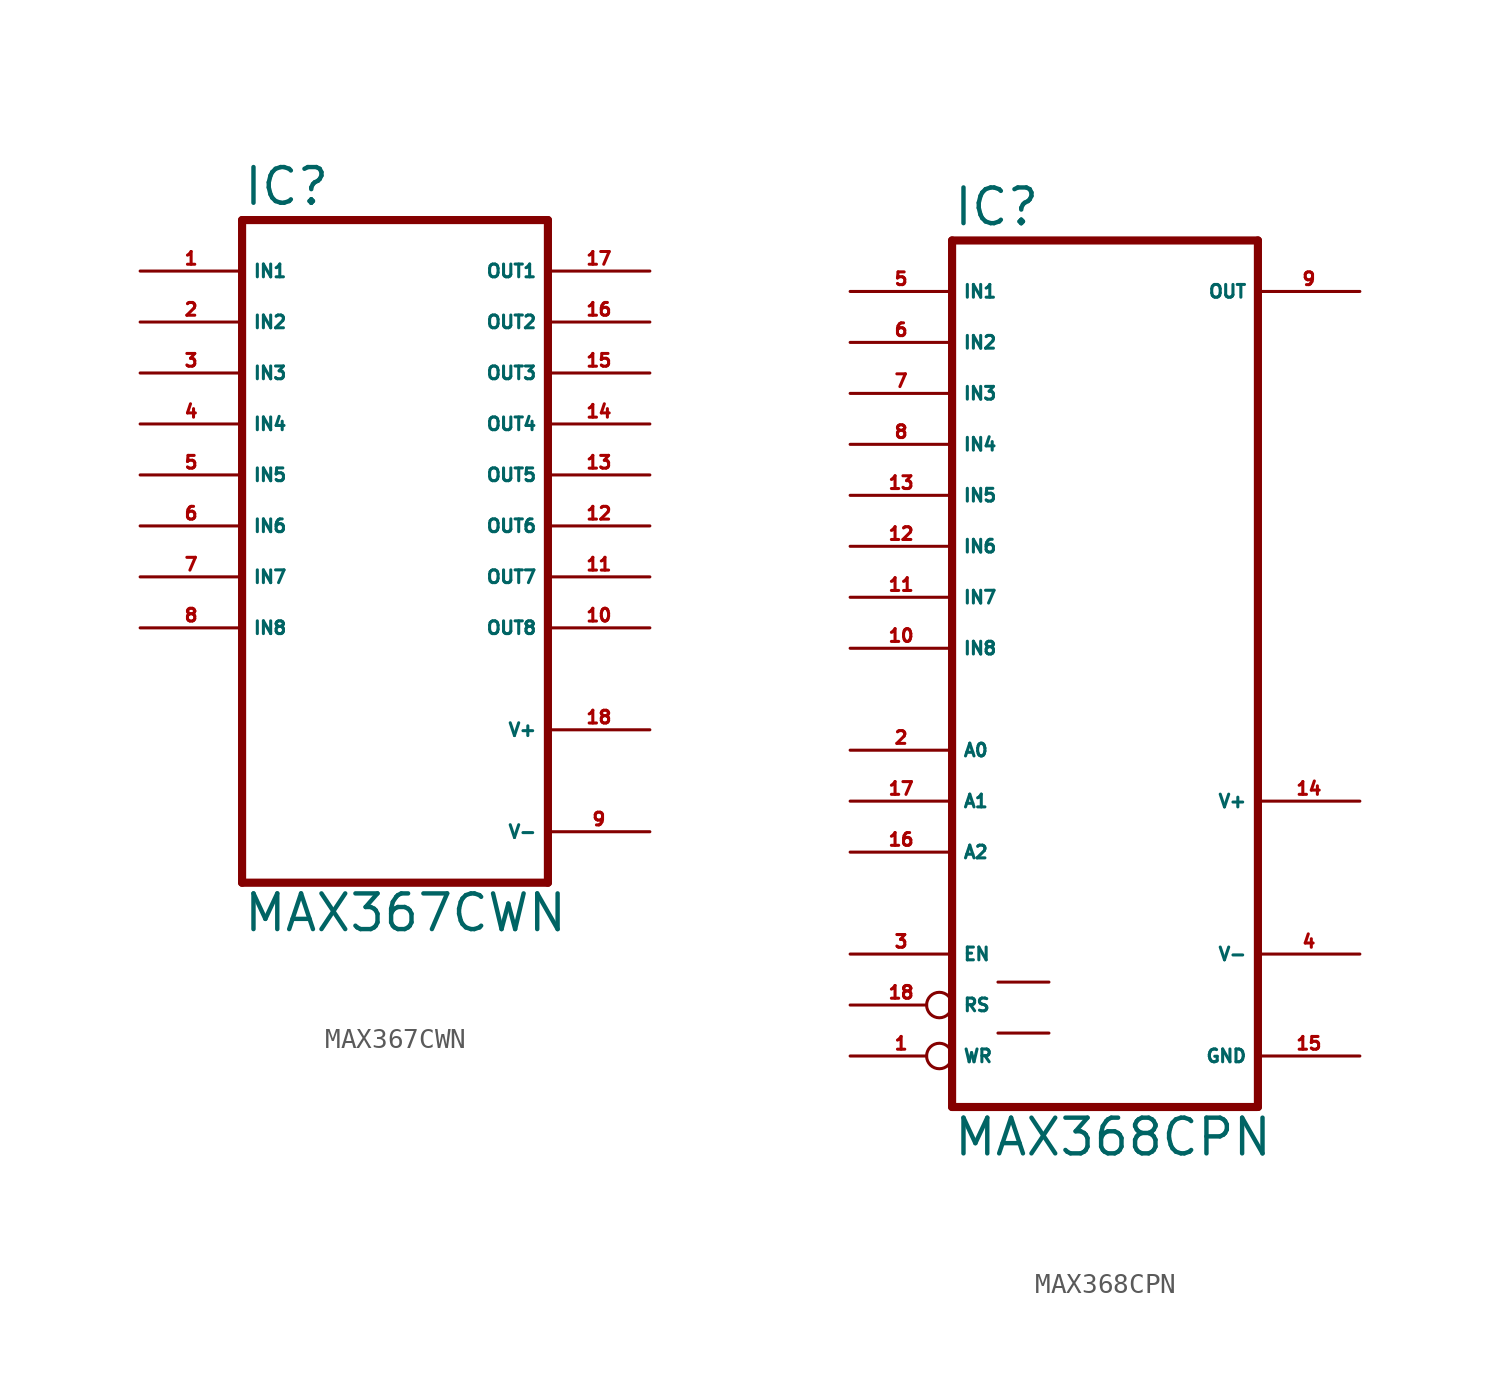
<source format=kicad_sym>
(kicad_symbol_lib
  (version 20220914)
  (generator Eagle2Kicad)
  (symbol "MAX367CWN"
    (property "Reference" "IC"
      (at -7.62 15.875 0)
      (effects (font (size 1.778 1.778) (thickness 0.22)) (justify left bottom)))
    (property "Value" "MAX367CWN"
      (at -7.62 -20.32 0)
      (effects (font (size 1.778 1.778) (thickness 0.22)) (justify left bottom)))
    (polyline
      (pts (xy 7.62 -17.78) (xy -7.62 -17.78))
      (stroke (width 0.406) (type default))
      (fill (type none)))
    (polyline
      (pts (xy -7.62 -17.78) (xy -7.62 15.24))
      (stroke (width 0.406) (type default))
      (fill (type none)))
    (polyline
      (pts (xy -7.62 15.24) (xy 7.62 15.24))
      (stroke (width 0.406) (type default))
      (fill (type none)))
    (polyline
      (pts (xy 7.62 15.24) (xy 7.62 -17.78))
      (stroke (width 0.406) (type default))
      (fill (type none)))
    (pin passive line
      (at -12.7 12.7 0)
      (length 5.08)
      (name "IN1" (effects (font (size 0.635 0.635) (thickness 0.08)) (justify left bottom)))
      (number "1" (effects (font (size 0.635 0.635) (thickness 0.08)) (justify left bottom))))
    (pin passive line
      (at -12.7 10.16 0)
      (length 5.08)
      (name "IN2" (effects (font (size 0.635 0.635) (thickness 0.08)) (justify left bottom)))
      (number "2" (effects (font (size 0.635 0.635) (thickness 0.08)) (justify left bottom))))
    (pin passive line
      (at -12.7 7.62 0)
      (length 5.08)
      (name "IN3" (effects (font (size 0.635 0.635) (thickness 0.08)) (justify left bottom)))
      (number "3" (effects (font (size 0.635 0.635) (thickness 0.08)) (justify left bottom))))
    (pin passive line
      (at -12.7 5.08 0)
      (length 5.08)
      (name "IN4" (effects (font (size 0.635 0.635) (thickness 0.08)) (justify left bottom)))
      (number "4" (effects (font (size 0.635 0.635) (thickness 0.08)) (justify left bottom))))
    (pin passive line
      (at -12.7 2.54 0)
      (length 5.08)
      (name "IN5" (effects (font (size 0.635 0.635) (thickness 0.08)) (justify left bottom)))
      (number "5" (effects (font (size 0.635 0.635) (thickness 0.08)) (justify left bottom))))
    (pin passive line
      (at -12.7 0 0)
      (length 5.08)
      (name "IN6" (effects (font (size 0.635 0.635) (thickness 0.08)) (justify left bottom)))
      (number "6" (effects (font (size 0.635 0.635) (thickness 0.08)) (justify left bottom))))
    (pin passive line
      (at -12.7 -2.54 0)
      (length 5.08)
      (name "IN7" (effects (font (size 0.635 0.635) (thickness 0.08)) (justify left bottom)))
      (number "7" (effects (font (size 0.635 0.635) (thickness 0.08)) (justify left bottom))))
    (pin passive line
      (at -12.7 -5.08 0)
      (length 5.08)
      (name "IN8" (effects (font (size 0.635 0.635) (thickness 0.08)) (justify left bottom)))
      (number "8" (effects (font (size 0.635 0.635) (thickness 0.08)) (justify left bottom))))
    (pin passive line
      (at 12.7 12.7 180)
      (length 5.08)
      (name "OUT1" (effects (font (size 0.635 0.635) (thickness 0.08)) (justify left bottom)))
      (number "17" (effects (font (size 0.635 0.635) (thickness 0.08)) (justify left bottom))))
    (pin passive line
      (at 12.7 10.16 180)
      (length 5.08)
      (name "OUT2" (effects (font (size 0.635 0.635) (thickness 0.08)) (justify left bottom)))
      (number "16" (effects (font (size 0.635 0.635) (thickness 0.08)) (justify left bottom))))
    (pin passive line
      (at 12.7 7.62 180)
      (length 5.08)
      (name "OUT3" (effects (font (size 0.635 0.635) (thickness 0.08)) (justify left bottom)))
      (number "15" (effects (font (size 0.635 0.635) (thickness 0.08)) (justify left bottom))))
    (pin passive line
      (at 12.7 5.08 180)
      (length 5.08)
      (name "OUT4" (effects (font (size 0.635 0.635) (thickness 0.08)) (justify left bottom)))
      (number "14" (effects (font (size 0.635 0.635) (thickness 0.08)) (justify left bottom))))
    (pin passive line
      (at 12.7 2.54 180)
      (length 5.08)
      (name "OUT5" (effects (font (size 0.635 0.635) (thickness 0.08)) (justify left bottom)))
      (number "13" (effects (font (size 0.635 0.635) (thickness 0.08)) (justify left bottom))))
    (pin passive line
      (at 12.7 0 180)
      (length 5.08)
      (name "OUT6" (effects (font (size 0.635 0.635) (thickness 0.08)) (justify left bottom)))
      (number "12" (effects (font (size 0.635 0.635) (thickness 0.08)) (justify left bottom))))
    (pin passive line
      (at 12.7 -2.54 180)
      (length 5.08)
      (name "OUT7" (effects (font (size 0.635 0.635) (thickness 0.08)) (justify left bottom)))
      (number "11" (effects (font (size 0.635 0.635) (thickness 0.08)) (justify left bottom))))
    (pin passive line
      (at 12.7 -5.08 180)
      (length 5.08)
      (name "OUT8" (effects (font (size 0.635 0.635) (thickness 0.08)) (justify left bottom)))
      (number "10" (effects (font (size 0.635 0.635) (thickness 0.08)) (justify left bottom))))
    (pin unspecified line
      (at 12.7 -10.16 180)
      (length 5.08)
      (name "V+" (effects (font (size 0.635 0.635) (thickness 0.08)) (justify left bottom)))
      (number "18" (effects (font (size 0.635 0.635) (thickness 0.08)) (justify left bottom))))
    (pin unspecified line
      (at 12.7 -15.24 180)
      (length 5.08)
      (name "V-" (effects (font (size 0.635 0.635) (thickness 0.08)) (justify left bottom)))
      (number "9" (effects (font (size 0.635 0.635) (thickness 0.08)) (justify left bottom)))))
  (symbol "MAX368CPN"
    (property "Reference" "IC"
      (at -7.62 20.955 0)
      (effects (font (size 1.778 1.778) (thickness 0.22)) (justify left bottom)))
    (property "Value" "MAX368CPN"
      (at -7.62 -25.4 0)
      (effects (font (size 1.778 1.778) (thickness 0.22)) (justify left bottom)))
    (polyline
      (pts (xy 7.62 -22.86) (xy -7.62 -22.86))
      (stroke (width 0.406) (type default))
      (fill (type none)))
    (polyline
      (pts (xy -7.62 20.32) (xy -7.62 -22.86))
      (stroke (width 0.406) (type default))
      (fill (type none)))
    (polyline
      (pts (xy -7.62 20.32) (xy 7.62 20.32))
      (stroke (width 0.406) (type default))
      (fill (type none)))
    (polyline
      (pts (xy 7.62 -22.86) (xy 7.62 20.32))
      (stroke (width 0.406) (type default))
      (fill (type none)))
    (polyline
      (pts (xy -5.334 -19.177) (xy -2.794 -19.177))
      (stroke (width 0.152) (type default))
      (fill (type none)))
    (polyline
      (pts (xy -5.334 -16.637) (xy -2.794 -16.637))
      (stroke (width 0.152) (type default))
      (fill (type none)))
    (pin passive line
      (at -12.7 7.62 0)
      (length 5.08)
      (name "IN5" (effects (font (size 0.635 0.635) (thickness 0.08)) (justify left bottom)))
      (number "13" (effects (font (size 0.635 0.635) (thickness 0.08)) (justify left bottom))))
    (pin passive line
      (at -12.7 5.08 0)
      (length 5.08)
      (name "IN6" (effects (font (size 0.635 0.635) (thickness 0.08)) (justify left bottom)))
      (number "12" (effects (font (size 0.635 0.635) (thickness 0.08)) (justify left bottom))))
    (pin passive line
      (at -12.7 2.54 0)
      (length 5.08)
      (name "IN7" (effects (font (size 0.635 0.635) (thickness 0.08)) (justify left bottom)))
      (number "11" (effects (font (size 0.635 0.635) (thickness 0.08)) (justify left bottom))))
    (pin passive line
      (at -12.7 0 0)
      (length 5.08)
      (name "IN8" (effects (font (size 0.635 0.635) (thickness 0.08)) (justify left bottom)))
      (number "10" (effects (font (size 0.635 0.635) (thickness 0.08)) (justify left bottom))))
    (pin passive line
      (at -12.7 17.78 0)
      (length 5.08)
      (name "IN1" (effects (font (size 0.635 0.635) (thickness 0.08)) (justify left bottom)))
      (number "5" (effects (font (size 0.635 0.635) (thickness 0.08)) (justify left bottom))))
    (pin passive line
      (at -12.7 15.24 0)
      (length 5.08)
      (name "IN2" (effects (font (size 0.635 0.635) (thickness 0.08)) (justify left bottom)))
      (number "6" (effects (font (size 0.635 0.635) (thickness 0.08)) (justify left bottom))))
    (pin passive line
      (at -12.7 12.7 0)
      (length 5.08)
      (name "IN3" (effects (font (size 0.635 0.635) (thickness 0.08)) (justify left bottom)))
      (number "7" (effects (font (size 0.635 0.635) (thickness 0.08)) (justify left bottom))))
    (pin passive line
      (at -12.7 10.16 0)
      (length 5.08)
      (name "IN4" (effects (font (size 0.635 0.635) (thickness 0.08)) (justify left bottom)))
      (number "8" (effects (font (size 0.635 0.635) (thickness 0.08)) (justify left bottom))))
    (pin passive line
      (at 12.7 17.78 180)
      (length 5.08)
      (name "OUT" (effects (font (size 0.635 0.635) (thickness 0.08)) (justify left bottom)))
      (number "9" (effects (font (size 0.635 0.635) (thickness 0.08)) (justify left bottom))))
    (pin unspecified line
      (at 12.7 -20.32 180)
      (length 5.08)
      (name "GND" (effects (font (size 0.635 0.635) (thickness 0.08)) (justify left bottom)))
      (number "15" (effects (font (size 0.635 0.635) (thickness 0.08)) (justify left bottom))))
    (pin unspecified line
      (at 12.7 -15.24 180)
      (length 5.08)
      (name "V-" (effects (font (size 0.635 0.635) (thickness 0.08)) (justify left bottom)))
      (number "4" (effects (font (size 0.635 0.635) (thickness 0.08)) (justify left bottom))))
    (pin unspecified line
      (at 12.7 -7.62 180)
      (length 5.08)
      (name "V+" (effects (font (size 0.635 0.635) (thickness 0.08)) (justify left bottom)))
      (number "14" (effects (font (size 0.635 0.635) (thickness 0.08)) (justify left bottom))))
    (pin input inverted
      (at -12.7 -20.32 0)
      (length 5.08)
      (name "WR" (effects (font (size 0.635 0.635) (thickness 0.08)) (justify left bottom)))
      (number "1" (effects (font (size 0.635 0.635) (thickness 0.08)) (justify left bottom))))
    (pin input line
      (at -12.7 -15.24 0)
      (length 5.08)
      (name "EN" (effects (font (size 0.635 0.635) (thickness 0.08)) (justify left bottom)))
      (number "3" (effects (font (size 0.635 0.635) (thickness 0.08)) (justify left bottom))))
    (pin input line
      (at -12.7 -7.62 0)
      (length 5.08)
      (name "A1" (effects (font (size 0.635 0.635) (thickness 0.08)) (justify left bottom)))
      (number "17" (effects (font (size 0.635 0.635) (thickness 0.08)) (justify left bottom))))
    (pin input line
      (at -12.7 -5.08 0)
      (length 5.08)
      (name "A0" (effects (font (size 0.635 0.635) (thickness 0.08)) (justify left bottom)))
      (number "2" (effects (font (size 0.635 0.635) (thickness 0.08)) (justify left bottom))))
    (pin input line
      (at -12.7 -10.16 0)
      (length 5.08)
      (name "A2" (effects (font (size 0.635 0.635) (thickness 0.08)) (justify left bottom)))
      (number "16" (effects (font (size 0.635 0.635) (thickness 0.08)) (justify left bottom))))
    (pin input inverted
      (at -12.7 -17.78 0)
      (length 5.08)
      (name "RS" (effects (font (size 0.635 0.635) (thickness 0.08)) (justify left bottom)))
      (number "18" (effects (font (size 0.635 0.635) (thickness 0.08)) (justify left bottom))))))
</source>
